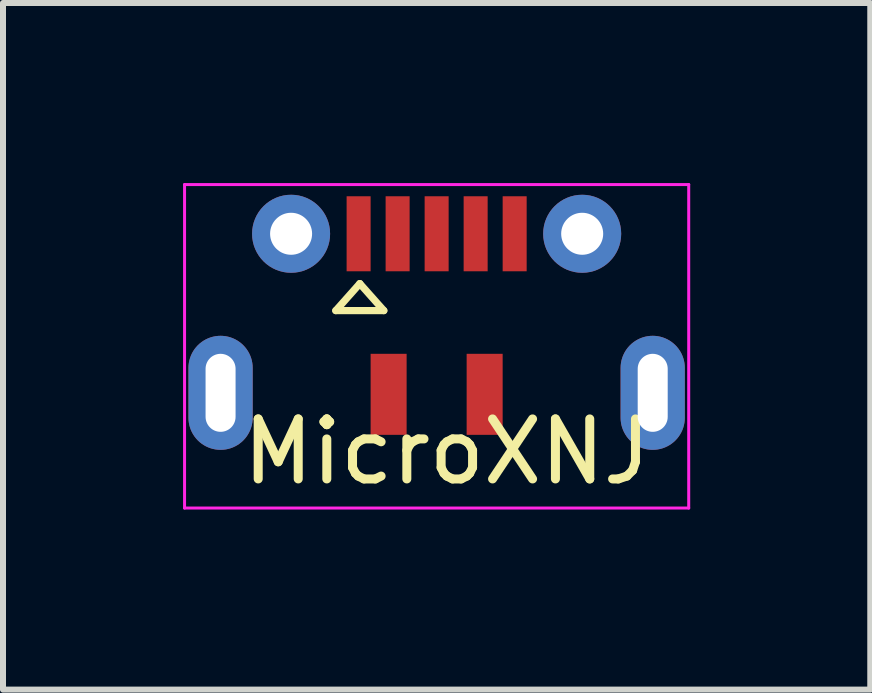
<source format=kicad_pcb>
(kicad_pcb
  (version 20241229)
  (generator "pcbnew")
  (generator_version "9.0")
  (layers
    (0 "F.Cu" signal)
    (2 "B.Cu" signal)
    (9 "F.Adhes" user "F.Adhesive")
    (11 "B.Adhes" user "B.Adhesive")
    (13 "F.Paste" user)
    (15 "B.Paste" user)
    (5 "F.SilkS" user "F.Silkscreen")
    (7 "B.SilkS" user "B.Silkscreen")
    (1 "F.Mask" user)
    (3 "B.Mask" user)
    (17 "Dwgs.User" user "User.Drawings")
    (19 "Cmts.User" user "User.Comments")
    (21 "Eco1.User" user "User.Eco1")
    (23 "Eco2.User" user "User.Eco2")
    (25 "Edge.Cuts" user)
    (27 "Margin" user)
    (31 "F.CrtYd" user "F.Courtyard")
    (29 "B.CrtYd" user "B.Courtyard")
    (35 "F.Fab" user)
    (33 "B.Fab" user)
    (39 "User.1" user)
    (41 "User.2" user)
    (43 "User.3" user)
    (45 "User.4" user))
  (footprint "MicroXNJ"
    (layer "F.Cu")
    (at 4.225 0.845)
    (property "Reference" "MicroXNJ" (at 0.17 3.63 0) (layer "F.SilkS") (effects (font (size 1 1) (thickness 0.15))))
    (attr through_hole)
    (fp_line (start -1.68 1.28) (end -1.28 0.83) (stroke (width 0.12) (type solid)) (layer "F.SilkS"))
    (fp_line (start -1.28 0.83) (end -0.88 1.28) (stroke (width 0.12) (type solid)) (layer "F.SilkS"))
    (fp_line (start -0.88 1.28) (end -1.68 1.28) (stroke (width 0.12) (type solid)) (layer "F.SilkS"))
    (fp_line (start -4.2 -0.82) (end -4.2 4.57) (stroke (width 0.05) (type solid)) (layer "F.CrtYd"))
    (fp_line (start -4.2 -0.82) (end 4.2 -0.82) (stroke (width 0.05) (type solid)) (layer "F.CrtYd"))
    (fp_line (start 4.2 4.57) (end -4.2 4.57) (stroke (width 0.05) (type solid)) (layer "F.CrtYd"))
    (fp_line (start 4.2 4.57) (end 4.2 -0.82) (stroke (width 0.05) (type solid)) (layer "F.CrtYd"))
    (pad "1" smd rect (at -1.3 0 90) (size 1.25 0.4) (layers "F.Cu" "F.Mask" "F.Paste"))
    (pad "2" smd rect (at -0.65 0 90) (size 1.25 0.4) (layers "F.Cu" "F.Mask" "F.Paste"))
    (pad "3" smd rect (at 0 0 90) (size 1.25 0.4) (layers "F.Cu" "F.Mask" "F.Paste"))
    (pad "4" smd rect (at 0.65 0 90) (size 1.25 0.4) (layers "F.Cu" "F.Mask" "F.Paste"))
    (pad "5" smd rect (at 1.3 0 90) (size 1.25 0.4) (layers "F.Cu" "F.Mask" "F.Paste"))
    (pad "6" thru_hole oval (at -3.6 2.65 90) (size 1.9 1.07) (drill oval 1.3 0.5) (layers "*.Cu" "*.Mask"))
    (pad "6" thru_hole circle (at -2.425 0 90) (size 1.3 1.3) (drill 0.7) (layers "*.Cu" "*.Mask"))
    (pad "6" smd rect (at -0.8 2.675 90) (size 1.35 0.6) (layers "F.Cu" "F.Mask" "F.Paste"))
    (pad "6" smd rect (at 0.8 2.675 90) (size 1.35 0.6) (layers "F.Cu" "F.Mask" "F.Paste"))
    (pad "6" thru_hole circle (at 2.425 0 90) (size 1.3 1.3) (drill 0.7) (layers "*.Cu" "*.Mask"))
    (pad "6" thru_hole oval (at 3.6 2.65 90) (size 1.9 1.07) (drill oval 1.3 0.5) (layers "*.Cu" "*.Mask")))
  (gr_rect
    (start -3 -3)
    (end 11.45 8.44)
    (stroke (width 0.1) (type default))
    (fill no)
    (layer "Edge.Cuts")))
</source>
